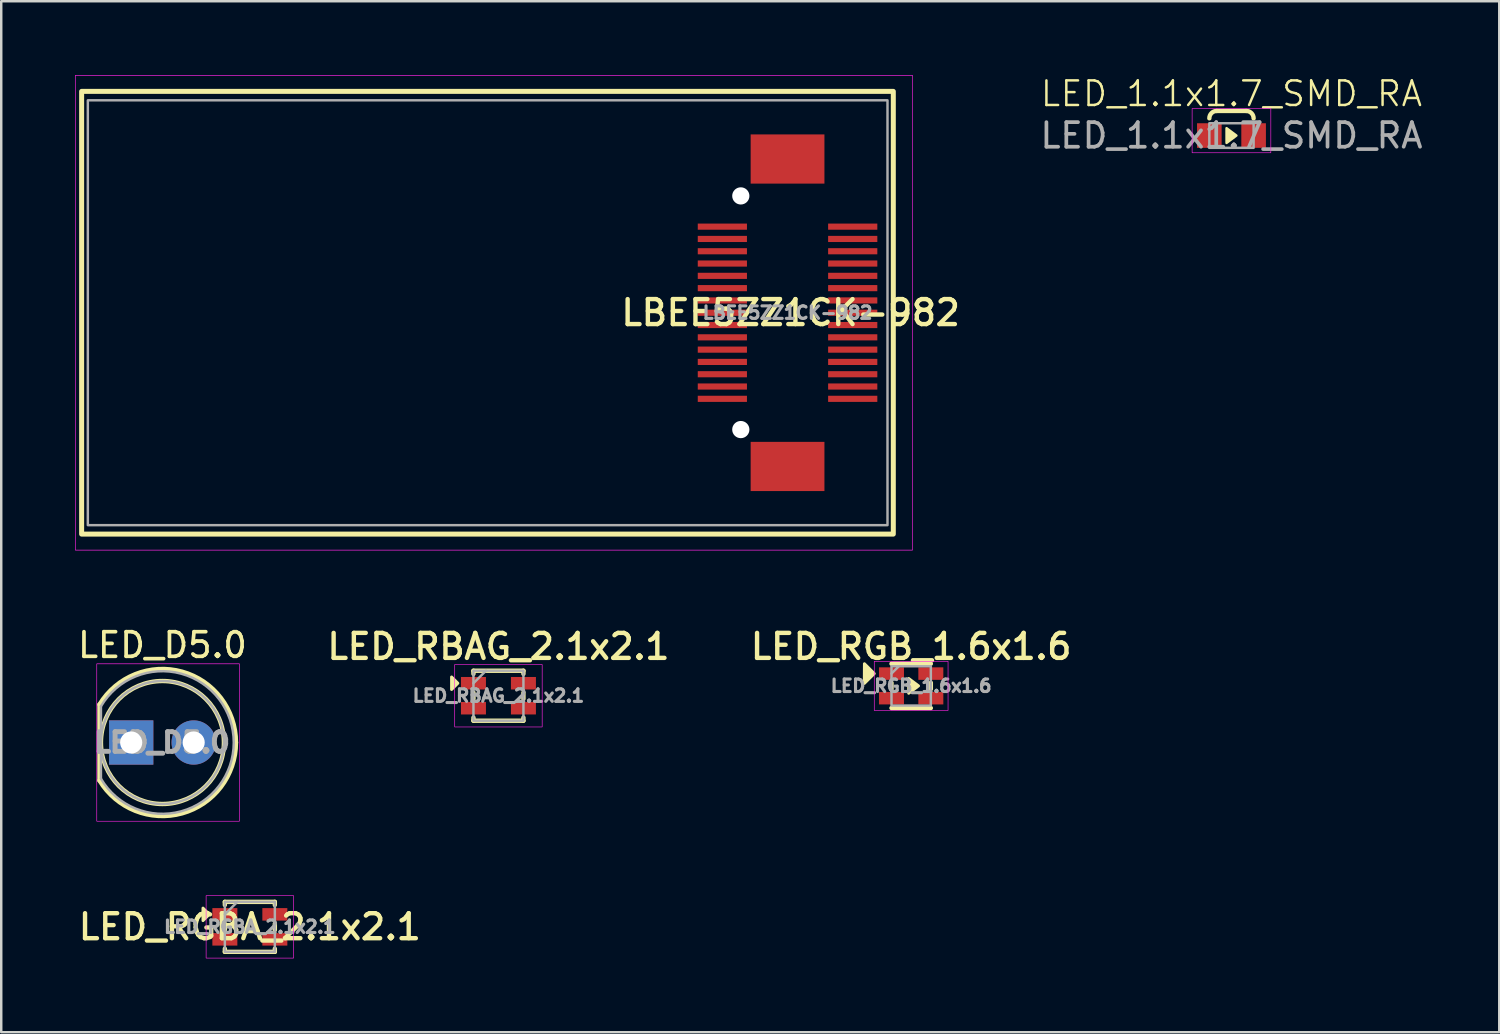
<source format=kicad_pcb>
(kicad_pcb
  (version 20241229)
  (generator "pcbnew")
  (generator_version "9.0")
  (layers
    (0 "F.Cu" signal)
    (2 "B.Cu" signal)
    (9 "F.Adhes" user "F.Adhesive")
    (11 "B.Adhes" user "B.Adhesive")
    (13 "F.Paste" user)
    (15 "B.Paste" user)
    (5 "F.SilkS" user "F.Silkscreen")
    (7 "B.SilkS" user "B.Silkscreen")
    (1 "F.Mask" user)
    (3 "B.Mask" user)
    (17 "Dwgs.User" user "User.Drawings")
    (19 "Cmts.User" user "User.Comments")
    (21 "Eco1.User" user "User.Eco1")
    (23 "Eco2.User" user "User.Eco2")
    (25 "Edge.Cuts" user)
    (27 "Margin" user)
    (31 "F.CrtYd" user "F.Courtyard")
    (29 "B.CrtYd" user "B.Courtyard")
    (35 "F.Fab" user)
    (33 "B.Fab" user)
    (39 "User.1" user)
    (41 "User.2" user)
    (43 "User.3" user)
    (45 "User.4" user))
  (footprint "LED_RGB_1.6x1.6"
    (layer "F.Cu")
    (at 33.995 24.836)
    (property "Reference" "LED_RGB_1.6x1.6" (at 0 -1.6 0) (layer "F.SilkS") (effects (font (size 1.016 1.016) (thickness 0.178))))
    (attr smd)
    (fp_line (start -0.8 -0.9) (end 0.8 -0.9) (stroke (width 0.178) (type solid)) (layer "F.SilkS"))
    (fp_line (start -0.8 0.127) (end -0.8 -0.127) (stroke (width 0.178) (type solid)) (layer "F.SilkS"))
    (fp_line (start -0.8 0.9) (end 0.8 0.9) (stroke (width 0.178) (type solid)) (layer "F.SilkS"))
    (fp_line (start 0.8 0.127) (end 0.8 -0.127) (stroke (width 0.178) (type solid)) (layer "F.SilkS"))
    (fp_poly (pts (xy -1.5 -0.5) (xy -1.905 -0.1) (xy -1.9 -0.9)) (stroke (width 0.12) (type solid)) (fill yes) (layer "F.SilkS"))
    (fp_poly (pts (xy 0.3 0) (xy -0.1 0.3) (xy -0.1 -0.3)) (stroke (width 0.12) (type solid)) (fill yes) (layer "F.SilkS"))
    (fp_rect (start -1.5 -1) (end 1.5 1) (stroke (width 0.025) (type solid)) (fill no) (layer "F.CrtYd"))
    (fp_line (start -0.8 -0.5) (end -0.5 -0.8) (stroke (width 0.1) (type solid)) (layer "F.Fab"))
    (fp_rect (start -0.8 0.8) (end 0.8 -0.8) (stroke (width 0.1) (type solid)) (fill no) (layer "F.Fab"))
    (fp_text user "${REFERENCE}" (at 0 0 0) (layer "F.Fab") (effects (font (size 0.508 0.508) (thickness 0.127))))
    (pad "A" smd rect (at 0.8 -0.5) (size 1.016 0.508) (layers "F.Cu" "F.Mask" "F.Paste"))
    (pad "B" smd rect (at -0.8 -0.5) (size 1.016 0.508) (layers "F.Cu" "F.Mask" "F.Paste"))
    (pad "G" smd rect (at -0.8 0.5) (size 1.016 0.508) (layers "F.Cu" "F.Mask" "F.Paste"))
    (pad "R" smd rect (at 0.8 0.5) (size 1.016 0.508) (layers "F.Cu" "F.Mask" "F.Paste")))
  (footprint "LED_1.1x1.7_SMD_RA"
    (layer "F.Cu")
    (at 47.018 2.461)
    (property "Reference" "LED_1.1x1.7_SMD_RA" (at 0 -1.7 0) (unlocked yes) (layer "F.SilkS") (effects (font (size 1 1) (thickness 0.1))))
    (attr smd)
    (fp_line (start -0.6 -1) (end 0.6 -1) (stroke (width 0.178) (type default)) (layer "F.SilkS"))
    (fp_arc (start -0.9 -0.7) (mid -0.812132 -0.912132) (end -0.6 -1) (stroke (width 0.1778) (type default)) (layer "F.SilkS"))
    (fp_arc (start 0.6 -1) (mid 0.812132 -0.912132) (end 0.9 -0.7) (stroke (width 0.1778) (type default)) (layer "F.SilkS"))
    (fp_poly (pts (xy -0.2 -0.3) (xy -0.2 0.3) (xy 0.2 0)) (stroke (width 0.1) (type solid)) (fill yes) (layer "F.SilkS"))
    (fp_rect (start -1.6 -1.1) (end 1.6 0.7) (stroke (width 0.025) (type default)) (fill no) (layer "F.CrtYd"))
    (fp_rect (start -0.9 -0.5) (end 0.9 0.5) (stroke (width 0.1) (type default)) (fill no) (layer "F.Fab"))
    (fp_text user "${REFERENCE}" (at 0 0 0) (unlocked yes) (layer "F.Fab") (effects (font (size 1 1) (thickness 0.15))))
    (pad "A" smd rect (at -0.9 0) (size 1 1) (layers "F.Cu" "F.Mask" "F.Paste"))
    (pad "C" smd rect (at 0.9 0) (size 1 1) (layers "F.Cu" "F.Mask" "F.Paste")))
  (footprint "LBEE5ZZ1CK-982"
    (layer "F.Cu")
    (at 28.969 9.665)
    (property "Reference" "LBEE5ZZ1CK-982" (at 0.127 0 0) (layer "F.SilkS") (effects (font (size 1.016 1.016) (thickness 0.178))))
    (attr smd)
    (fp_rect (start -28.7 -9) (end 4.3 9) (stroke (width 0.203) (type solid)) (fill no) (layer "F.SilkS"))
    (fp_rect (start -28.956 -9.652) (end 5.08 9.652) (stroke (width 0.025) (type solid)) (fill no) (layer "F.CrtYd"))
    (fp_rect (start -28.448 -8.636) (end 4.064 8.636) (stroke (width 0.1) (type solid)) (fill no) (layer "F.Fab"))
    (fp_text user "${REFERENCE}" (at 0 0 0) (layer "F.Fab") (effects (font (size 0.508 0.508) (thickness 0.127))))
    (pad "" np_thru_hole circle (at -1.9 -4.75) (size 0.7 0.7) (drill 0.7) (layers "*.Cu" "*.Mask"))
    (pad "" np_thru_hole circle (at -1.9 4.75) (size 0.7 0.7) (drill 0.7) (layers "*.Cu" "*.Mask"))
    (pad "1" smd rect (at -2.65 -3.5) (size 2 0.25) (layers "F.Cu" "F.Mask" "F.Paste"))
    (pad "2" smd rect (at -2.65 -3) (size 2 0.25) (layers "F.Cu" "F.Mask" "F.Paste"))
    (pad "3" smd rect (at -2.65 -2.5) (size 2 0.25) (layers "F.Cu" "F.Mask" "F.Paste"))
    (pad "4" smd rect (at -2.65 -2) (size 2 0.25) (layers "F.Cu" "F.Mask" "F.Paste"))
    (pad "5" smd rect (at -2.65 -1.5) (size 2 0.25) (layers "F.Cu" "F.Mask" "F.Paste"))
    (pad "6" smd rect (at -2.65 -1) (size 2 0.25) (layers "F.Cu" "F.Mask" "F.Paste"))
    (pad "7" smd rect (at -2.65 -0.5) (size 2 0.25) (layers "F.Cu" "F.Mask" "F.Paste"))
    (pad "8" smd rect (at -2.65 0) (size 2 0.25) (layers "F.Cu" "F.Mask" "F.Paste"))
    (pad "9" smd rect (at -2.65 0.5) (size 2 0.25) (layers "F.Cu" "F.Mask" "F.Paste"))
    (pad "10" smd rect (at -2.65 1) (size 2 0.25) (layers "F.Cu" "F.Mask" "F.Paste"))
    (pad "11" smd rect (at -2.65 1.5) (size 2 0.25) (layers "F.Cu" "F.Mask" "F.Paste"))
    (pad "12" smd rect (at -2.65 2) (size 2 0.25) (layers "F.Cu" "F.Mask" "F.Paste"))
    (pad "13" smd rect (at -2.65 2.5) (size 2 0.25) (layers "F.Cu" "F.Mask" "F.Paste"))
    (pad "14" smd rect (at -2.65 3) (size 2 0.25) (layers "F.Cu" "F.Mask" "F.Paste"))
    (pad "15" smd rect (at -2.65 3.5) (size 2 0.25) (layers "F.Cu" "F.Mask" "F.Paste"))
    (pad "16" smd rect (at 2.65 3.5) (size 2 0.25) (layers "F.Cu" "F.Mask" "F.Paste"))
    (pad "17" smd rect (at 2.65 3) (size 2 0.25) (layers "F.Cu" "F.Mask" "F.Paste"))
    (pad "18" smd rect (at 2.65 2.5) (size 2 0.25) (layers "F.Cu" "F.Mask" "F.Paste"))
    (pad "19" smd rect (at 2.65 2) (size 2 0.25) (layers "F.Cu" "F.Mask" "F.Paste"))
    (pad "20" smd rect (at 2.65 1.5) (size 2 0.25) (layers "F.Cu" "F.Mask" "F.Paste"))
    (pad "21" smd rect (at 2.65 1) (size 2 0.25) (layers "F.Cu" "F.Mask" "F.Paste"))
    (pad "22" smd rect (at 2.65 0.5) (size 2 0.25) (layers "F.Cu" "F.Mask" "F.Paste"))
    (pad "23" smd rect (at 2.65 0) (size 2 0.25) (layers "F.Cu" "F.Mask" "F.Paste"))
    (pad "24" smd rect (at 2.65 -0.5) (size 2 0.25) (layers "F.Cu" "F.Mask" "F.Paste"))
    (pad "25" smd rect (at 2.65 -1) (size 2 0.25) (layers "F.Cu" "F.Mask" "F.Paste"))
    (pad "26" smd rect (at 2.65 -1.5) (size 2 0.25) (layers "F.Cu" "F.Mask" "F.Paste"))
    (pad "27" smd rect (at 2.65 -2) (size 2 0.25) (layers "F.Cu" "F.Mask" "F.Paste"))
    (pad "28" smd rect (at 2.65 -2.5) (size 2 0.25) (layers "F.Cu" "F.Mask" "F.Paste"))
    (pad "29" smd rect (at 2.65 -3) (size 2 0.25) (layers "F.Cu" "F.Mask" "F.Paste"))
    (pad "30" smd rect (at 2.65 -3.5) (size 2 0.25) (layers "F.Cu" "F.Mask" "F.Paste"))
    (pad "31" smd rect (at 0 -6.25) (size 3 2) (layers "F.Cu" "F.Mask" "F.Paste"))
    (pad "31" smd rect (at 0 6.25) (size 3 2) (layers "F.Cu" "F.Mask" "F.Paste")))
  (footprint "LED_D5.0"
    (layer "F.Cu")
    (at 3.554 27.138)
    (property "Reference" "LED_D5.0" (at 0 -3.96 0) (layer "F.SilkS") (effects (font (size 1 1) (thickness 0.15))))
    (attr through_hole)
    (fp_line (start -2.56 -1.545) (end -2.56 1.545) (stroke (width 0.178) (type solid)) (layer "F.SilkS"))
    (fp_arc (start -2.56 -1.54483) (mid 0.802001 -2.880432) (end 2.99 0.000462) (stroke (width 0.1778) (type solid)) (layer "F.SilkS"))
    (fp_arc (start 2.99 -0.000462) (mid 0.802002 2.880433) (end -2.56 1.54483) (stroke (width 0.1778) (type solid)) (layer "F.SilkS"))
    (fp_circle (center 0 0) (end 2.5 0) (stroke (width 0.178) (type solid)) (fill no) (layer "F.SilkS"))
    (fp_rect (start -2.67 -3.2) (end 3.13 3.2) (stroke (width 0.025) (type default)) (fill no) (layer "F.CrtYd"))
    (fp_line (start -2.5 -1.47) (end -2.5 1.47) (stroke (width 0.1) (type solid)) (layer "F.Fab"))
    (fp_arc (start -2.5 -1.469694) (mid 2.9 0.000016) (end -2.500016 1.469666) (stroke (width 0.1) (type solid)) (layer "F.Fab"))
    (fp_circle (center 0 0) (end 2.5 0) (stroke (width 0.1) (type solid)) (fill no) (layer "F.Fab"))
    (fp_text user "${REFERENCE}" (at -0.02 0 0) (layer "F.Fab") (effects (font (size 0.8 0.8) (thickness 0.2))))
    (pad "A" thru_hole rect (at -1.27 0) (size 1.8 1.8) (drill 0.9) (layers "*.Cu" "*.Mask"))
    (pad "C" thru_hole circle (at 1.27 0) (size 1.8 1.8) (drill 0.9) (layers "*.Cu" "*.Mask")))
  (footprint "LED_RBAG_2.1x2.1"
    (layer "F.Cu")
    (at 17.215 25.236)
    (property "Reference" "LED_RBAG_2.1x2.1" (at 0 -2 0) (layer "F.SilkS") (effects (font (size 1.016 1.016) (thickness 0.178))))
    (attr smd)
    (fp_line (start -1.016 -1.016) (end 1.016 -1.016) (stroke (width 0.178) (type solid)) (layer "F.SilkS"))
    (fp_line (start -1.016 -0.889) (end -1.016 -1.016) (stroke (width 0.178) (type solid)) (layer "F.SilkS"))
    (fp_line (start -1.016 0.127) (end -1.016 -0.127) (stroke (width 0.178) (type solid)) (layer "F.SilkS"))
    (fp_line (start -1.016 0.889) (end -1.016 1.016) (stroke (width 0.178) (type solid)) (layer "F.SilkS"))
    (fp_line (start -1.016 1.016) (end 1.016 1.016) (stroke (width 0.178) (type solid)) (layer "F.SilkS"))
    (fp_line (start 1.016 -0.889) (end 1.016 -1.016) (stroke (width 0.178) (type solid)) (layer "F.SilkS"))
    (fp_line (start 1.016 0.127) (end 1.016 -0.127) (stroke (width 0.178) (type solid)) (layer "F.SilkS"))
    (fp_line (start 1.016 0.889) (end 1.016 1.016) (stroke (width 0.178) (type solid)) (layer "F.SilkS"))
    (fp_poly (pts (xy -1.651 -0.508) (xy -1.905 -0.254) (xy -1.905 -0.762)) (stroke (width 0.12) (type solid)) (fill yes) (layer "F.SilkS"))
    (fp_rect (start -1.778 -1.27) (end 1.778 1.27) (stroke (width 0.025) (type solid)) (fill no) (layer "F.CrtYd"))
    (fp_line (start -1.016 -0.508) (end -0.508 -1.016) (stroke (width 0.1) (type solid)) (layer "F.Fab"))
    (fp_rect (start -1.016 1.016) (end 1.016 -1.016) (stroke (width 0.1) (type solid)) (fill no) (layer "F.Fab"))
    (fp_text user "${REFERENCE}" (at 0 0 0) (layer "F.Fab") (effects (font (size 0.508 0.508) (thickness 0.127))))
    (pad "A" smd rect (at 1.016 0.508) (size 1.016 0.508) (layers "F.Cu" "F.Mask" "F.Paste"))
    (pad "B" smd rect (at 1.016 -0.508) (size 1.016 0.508) (layers "F.Cu" "F.Mask" "F.Paste"))
    (pad "G" smd rect (at -1.016 0.508) (size 1.016 0.508) (layers "F.Cu" "F.Mask" "F.Paste"))
    (pad "R" smd rect (at -1.016 -0.508) (size 1.016 0.508) (layers "F.Cu" "F.Mask" "F.Paste")))
  (footprint "LED_RGBA_2.1x2.1"
    (layer "F.Cu")
    (at 7.108 34.633)
    (property "Reference" "LED_RGBA_2.1x2.1" (at 0 0 0) (layer "F.SilkS") (effects (font (size 1.016 1.016) (thickness 0.178))))
    (attr smd)
    (fp_line (start -1.016 -1.016) (end 1.016 -1.016) (stroke (width 0.178) (type solid)) (layer "F.SilkS"))
    (fp_line (start -1.016 -0.889) (end -1.016 -1.016) (stroke (width 0.178) (type solid)) (layer "F.SilkS"))
    (fp_line (start -1.016 0.127) (end -1.016 -0.127) (stroke (width 0.178) (type solid)) (layer "F.SilkS"))
    (fp_line (start -1.016 0.889) (end -1.016 1.016) (stroke (width 0.178) (type solid)) (layer "F.SilkS"))
    (fp_line (start -1.016 1.016) (end 1.016 1.016) (stroke (width 0.178) (type solid)) (layer "F.SilkS"))
    (fp_line (start 1.016 -0.889) (end 1.016 -1.016) (stroke (width 0.178) (type solid)) (layer "F.SilkS"))
    (fp_line (start 1.016 0.127) (end 1.016 -0.127) (stroke (width 0.178) (type solid)) (layer "F.SilkS"))
    (fp_line (start 1.016 0.889) (end 1.016 1.016) (stroke (width 0.178) (type solid)) (layer "F.SilkS"))
    (fp_poly (pts (xy -1.651 -0.508) (xy -1.905 -0.254) (xy -1.905 -0.762)) (stroke (width 0.12) (type solid)) (fill yes) (layer "F.SilkS"))
    (fp_rect (start -1.778 -1.27) (end 1.778 1.27) (stroke (width 0.025) (type solid)) (fill no) (layer "F.CrtYd"))
    (fp_line (start -1.016 -0.508) (end -0.508 -1.016) (stroke (width 0.1) (type solid)) (layer "F.Fab"))
    (fp_rect (start -1.016 1.016) (end 1.016 -1.016) (stroke (width 0.1) (type solid)) (fill no) (layer "F.Fab"))
    (fp_text user "${REFERENCE}" (at 0 0 0) (layer "F.Fab") (effects (font (size 0.508 0.508) (thickness 0.127))))
    (pad "A" smd rect (at -1.016 0.508) (size 1.016 0.508) (layers "F.Cu" "F.Mask" "F.Paste"))
    (pad "B" smd rect (at 1.016 -0.508) (size 1.016 0.508) (layers "F.Cu" "F.Mask" "F.Paste"))
    (pad "G" smd rect (at 1.016 0.508) (size 1.016 0.508) (layers "F.Cu" "F.Mask" "F.Paste"))
    (pad "R" smd rect (at -1.016 -0.508) (size 1.016 0.508) (layers "F.Cu" "F.Mask" "F.Paste")))
  (gr_rect
    (start -3 -3)
    (end 57.905 38.916)
    (stroke (width 0.1) (type default))
    (fill no)
    (layer "Edge.Cuts")))
</source>
